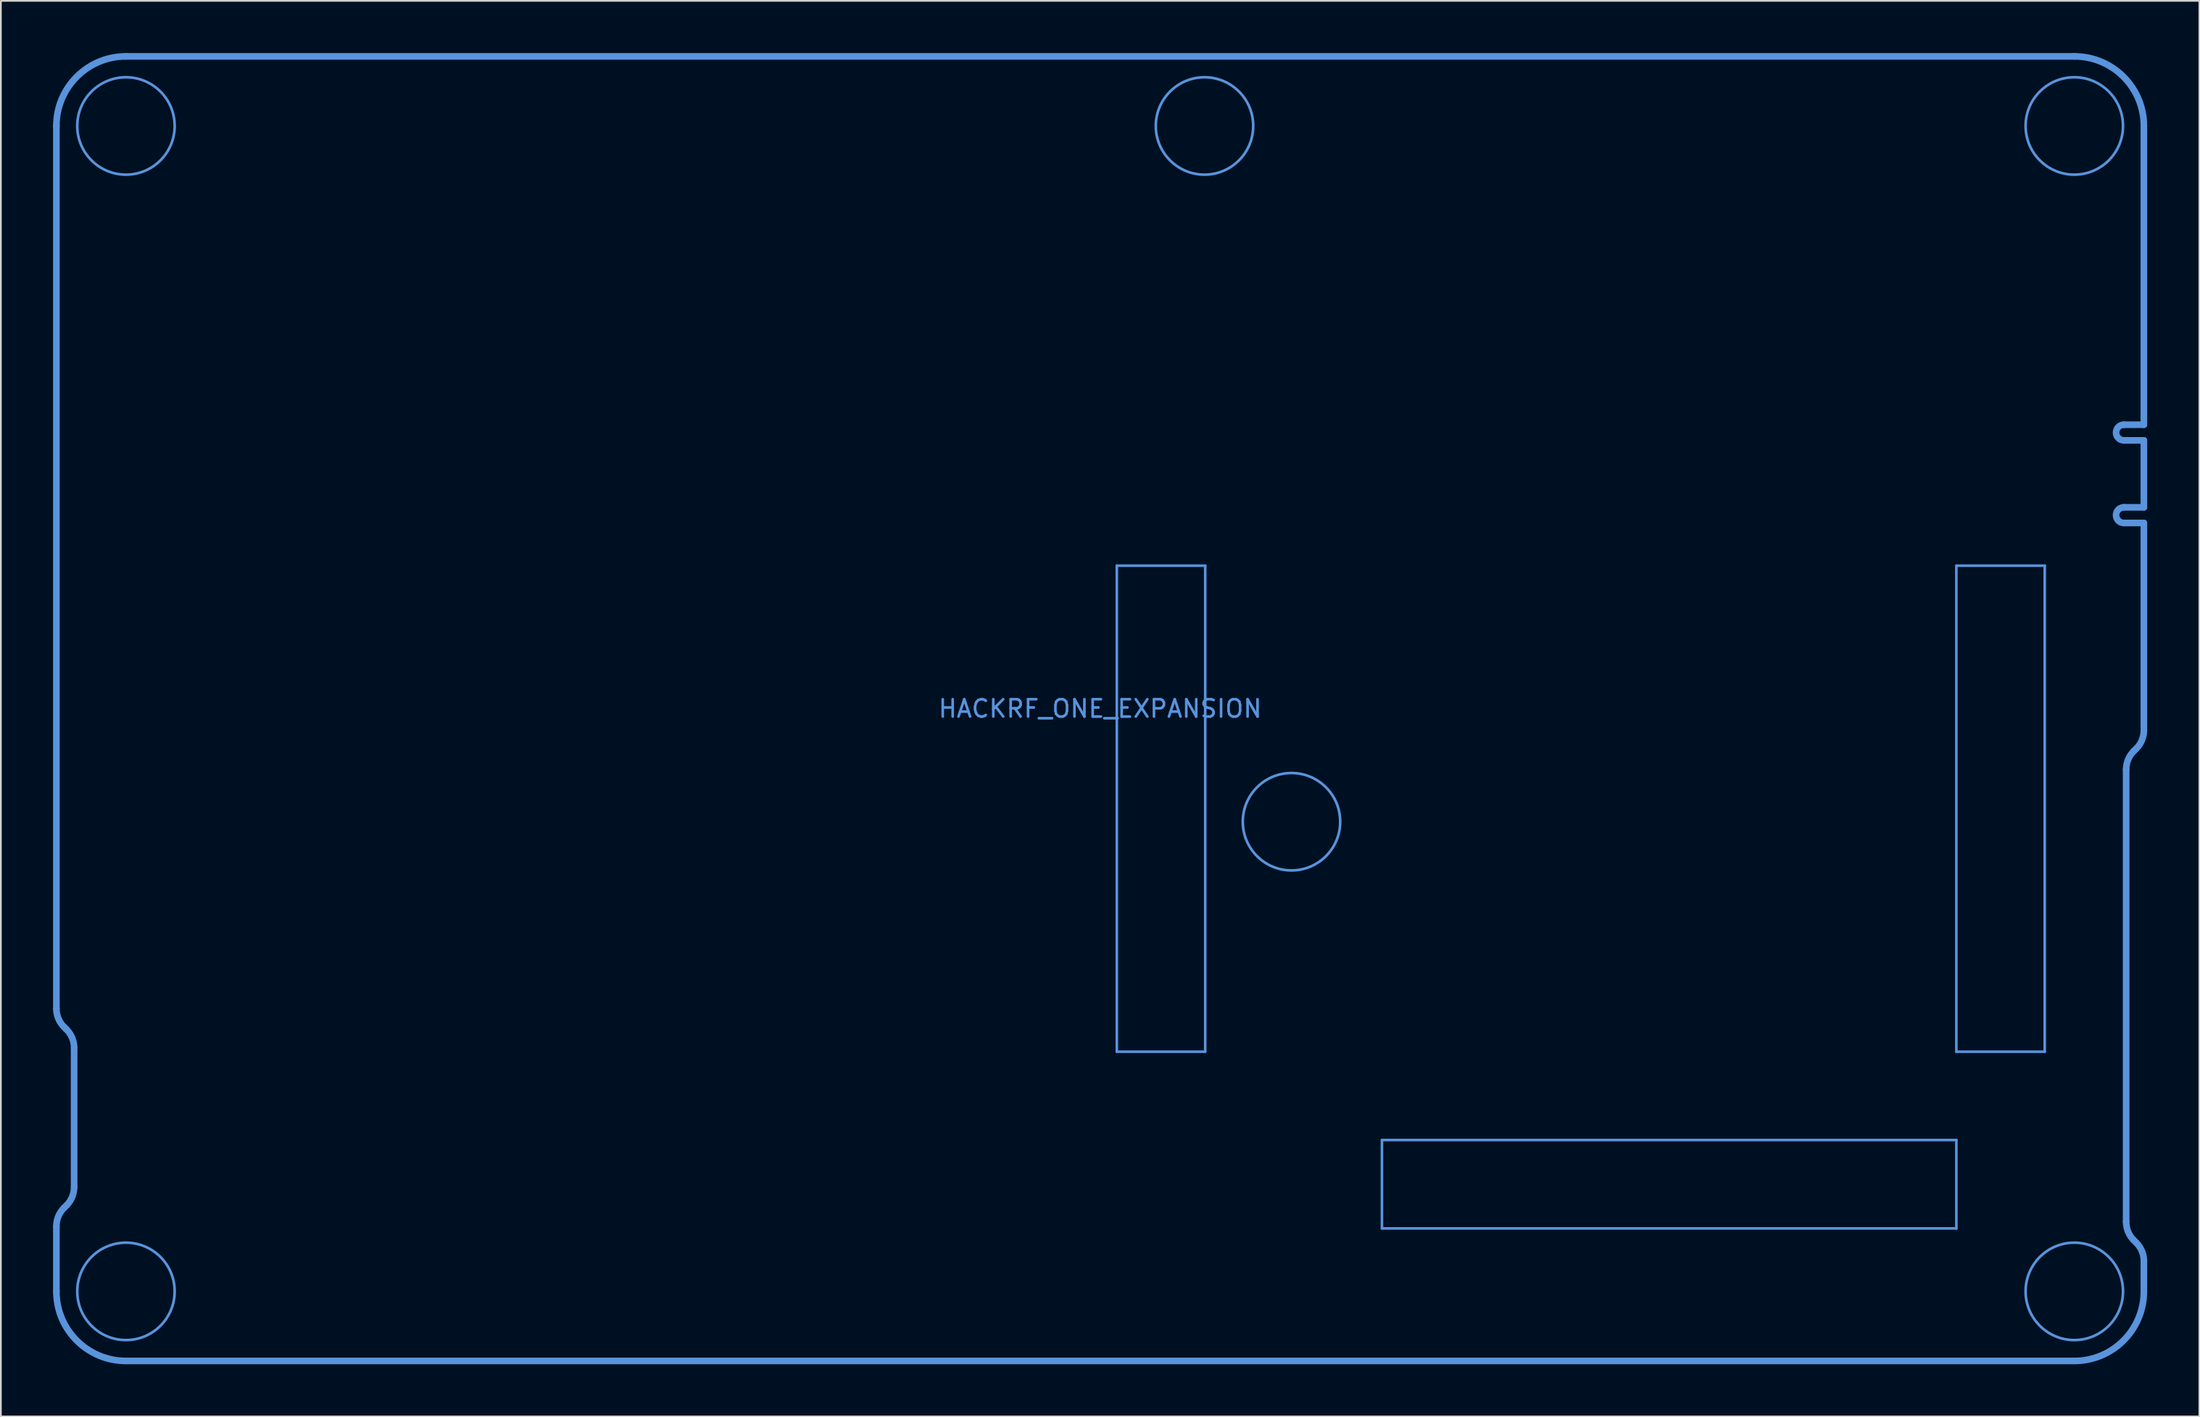
<source format=kicad_pcb>
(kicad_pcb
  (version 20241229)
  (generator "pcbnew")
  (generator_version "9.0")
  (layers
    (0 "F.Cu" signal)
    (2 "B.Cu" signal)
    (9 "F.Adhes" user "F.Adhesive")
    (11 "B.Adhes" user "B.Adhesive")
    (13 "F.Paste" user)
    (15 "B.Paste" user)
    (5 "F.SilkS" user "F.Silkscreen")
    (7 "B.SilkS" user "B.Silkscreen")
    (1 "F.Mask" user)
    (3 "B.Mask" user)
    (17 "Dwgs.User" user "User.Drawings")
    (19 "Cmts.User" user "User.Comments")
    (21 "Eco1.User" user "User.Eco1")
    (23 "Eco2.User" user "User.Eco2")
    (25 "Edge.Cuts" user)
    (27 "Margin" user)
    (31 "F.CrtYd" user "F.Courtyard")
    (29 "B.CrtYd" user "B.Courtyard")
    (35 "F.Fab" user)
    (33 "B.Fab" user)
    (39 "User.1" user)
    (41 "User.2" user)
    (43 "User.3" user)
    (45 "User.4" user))
  (footprint "HACKRF_ONE_EXPANSION"
    (layer "F.Cu")
    (at 60.191 37.691)
    (property "Reference" "HACKRF_ONE_EXPANSION" (at 0 0 0) (layer "Cmts.User") (effects (font (size 1 1) (thickness 0.15))))
    (attr through_hole)
    (fp_line (start -60 17.24) (end -60 -33.5) (stroke (width 0.381) (type solid)) (layer "Cmts.User"))
    (fp_line (start -60 29.76) (end -60 33.5) (stroke (width 0.381) (type solid)) (layer "Cmts.User"))
    (fp_line (start -59.56 28.7) (end -59.42 28.56) (stroke (width 0.381) (type solid)) (layer "Cmts.User"))
    (fp_line (start -59.42 18.44) (end -59.56 18.3) (stroke (width 0.381) (type solid)) (layer "Cmts.User"))
    (fp_line (start -58.98 19.5) (end -58.98 27.5) (stroke (width 0.381) (type solid)) (layer "Cmts.User"))
    (fp_line (start -56 37.5) (end 56 37.5) (stroke (width 0.381) (type solid)) (layer "Cmts.User"))
    (fp_line (start 0.96 -8.22) (end 6.04 -8.22) (stroke (width 0.15) (type solid)) (layer "Cmts.User"))
    (fp_line (start 0.96 19.72) (end 0.96 -8.22) (stroke (width 0.15) (type solid)) (layer "Cmts.User"))
    (fp_line (start 6.04 -8.22) (end 6.04 19.72) (stroke (width 0.15) (type solid)) (layer "Cmts.User"))
    (fp_line (start 6.04 19.72) (end 0.96 19.72) (stroke (width 0.15) (type solid)) (layer "Cmts.User"))
    (fp_line (start 16.2 24.8) (end 49.22 24.8) (stroke (width 0.15) (type solid)) (layer "Cmts.User"))
    (fp_line (start 16.2 29.88) (end 16.2 24.8) (stroke (width 0.15) (type solid)) (layer "Cmts.User"))
    (fp_line (start 49.22 -8.22) (end 54.3 -8.22) (stroke (width 0.15) (type solid)) (layer "Cmts.User"))
    (fp_line (start 49.22 19.72) (end 49.22 -8.22) (stroke (width 0.15) (type solid)) (layer "Cmts.User"))
    (fp_line (start 49.22 24.8) (end 49.22 29.88) (stroke (width 0.15) (type solid)) (layer "Cmts.User"))
    (fp_line (start 49.22 29.88) (end 16.2 29.88) (stroke (width 0.15) (type solid)) (layer "Cmts.User"))
    (fp_line (start 54.3 -8.22) (end 54.3 19.72) (stroke (width 0.15) (type solid)) (layer "Cmts.User"))
    (fp_line (start 54.3 19.72) (end 49.22 19.72) (stroke (width 0.15) (type solid)) (layer "Cmts.User"))
    (fp_line (start 56 -37.5) (end -56 -37.5) (stroke (width 0.381) (type solid)) (layer "Cmts.User"))
    (fp_line (start 58.85 -15.425) (end 60 -15.425) (stroke (width 0.381) (type solid)) (layer "Cmts.User"))
    (fp_line (start 58.98 3.5) (end 58.98 29.5) (stroke (width 0.381) (type solid)) (layer "Cmts.User"))
    (fp_line (start 59.42 2.44) (end 59.56 2.3) (stroke (width 0.381) (type solid)) (layer "Cmts.User"))
    (fp_line (start 59.42 30.56) (end 59.56 30.7) (stroke (width 0.381) (type solid)) (layer "Cmts.User"))
    (fp_line (start 60 -33.5) (end 60 -16.325) (stroke (width 0.381) (type solid)) (layer "Cmts.User"))
    (fp_line (start 60 -16.325) (end 58.85 -16.325) (stroke (width 0.381) (type solid)) (layer "Cmts.User"))
    (fp_line (start 60 -15.425) (end 60 -11.575) (stroke (width 0.381) (type solid)) (layer "Cmts.User"))
    (fp_line (start 60 -11.575) (end 58.85 -11.575) (stroke (width 0.381) (type solid)) (layer "Cmts.User"))
    (fp_line (start 60 -10.675) (end 58.85 -10.675) (stroke (width 0.381) (type solid)) (layer "Cmts.User"))
    (fp_line (start 60 -10.675) (end 60 1.24) (stroke (width 0.381) (type solid)) (layer "Cmts.User"))
    (fp_line (start 60 33.5) (end 60 31.76) (stroke (width 0.381) (type solid)) (layer "Cmts.User"))
    (fp_arc (start -60 -33.5) (mid -58.828427 -36.328427) (end -56 -37.5) (stroke (width 0.381) (type solid)) (layer "Cmts.User"))
    (fp_arc (start -60 29.76) (mid -59.885819 29.185975) (end -59.56066 28.69934) (stroke (width 0.381) (type solid)) (layer "Cmts.User"))
    (fp_arc (start -59.56066 18.30066) (mid -59.885819 17.814025) (end -60 17.24) (stroke (width 0.381) (type solid)) (layer "Cmts.User"))
    (fp_arc (start -59.41934 18.43934) (mid -59.094181 18.925975) (end -58.98 19.5) (stroke (width 0.381) (type solid)) (layer "Cmts.User"))
    (fp_arc (start -58.98 27.5) (mid -59.094181 28.074025) (end -59.41934 28.56066) (stroke (width 0.381) (type solid)) (layer "Cmts.User"))
    (fp_arc (start -56 37.5) (mid -58.828427 36.328427) (end -60 33.5) (stroke (width 0.381) (type solid)) (layer "Cmts.User"))
    (fp_arc (start 56 -37.5) (mid 58.828427 -36.328427) (end 60 -33.5) (stroke (width 0.381) (type solid)) (layer "Cmts.User"))
    (fp_arc (start 58.85 -15.425) (mid 58.4 -15.875) (end 58.85 -16.325) (stroke (width 0.381) (type solid)) (layer "Cmts.User"))
    (fp_arc (start 58.85 -10.675) (mid 58.4 -11.125) (end 58.85 -11.575) (stroke (width 0.381) (type solid)) (layer "Cmts.User"))
    (fp_arc (start 58.98 3.5) (mid 59.094181 2.925975) (end 59.41934 2.43934) (stroke (width 0.381) (type solid)) (layer "Cmts.User"))
    (fp_arc (start 59.41934 30.56066) (mid 59.094181 30.074025) (end 58.98 29.5) (stroke (width 0.381) (type solid)) (layer "Cmts.User"))
    (fp_arc (start 59.56066 30.69934) (mid 59.885819 31.185975) (end 60 31.76) (stroke (width 0.381) (type solid)) (layer "Cmts.User"))
    (fp_arc (start 60 1.24) (mid 59.885819 1.814025) (end 59.56066 2.30066) (stroke (width 0.381) (type solid)) (layer "Cmts.User"))
    (fp_arc (start 60 33.5) (mid 58.828427 36.328427) (end 56 37.5) (stroke (width 0.381) (type solid)) (layer "Cmts.User"))
    (fp_circle (center -56 -33.5) (end -53.2 -33.5) (stroke (width 0.15) (type solid)) (fill no) (layer "Cmts.User"))
    (fp_circle (center -56 33.5) (end -53.2 33.5) (stroke (width 0.15) (type solid)) (fill no) (layer "Cmts.User"))
    (fp_circle (center 6 -33.5) (end 8.8 -33.5) (stroke (width 0.15) (type solid)) (fill no) (layer "Cmts.User"))
    (fp_circle (center 11 6.5) (end 13.8 6.5) (stroke (width 0.15) (type solid)) (fill no) (layer "Cmts.User"))
    (fp_circle (center 56 -33.5) (end 58.8 -33.5) (stroke (width 0.15) (type solid)) (fill no) (layer "Cmts.User"))
    (fp_circle (center 56 33.5) (end 58.8 33.5) (stroke (width 0.15) (type solid)) (fill no) (layer "Cmts.User")))
  (gr_rect
    (start -3 -3)
    (end 123.381 78.381)
    (stroke (width 0.1) (type default))
    (fill no)
    (layer "Edge.Cuts")))
</source>
